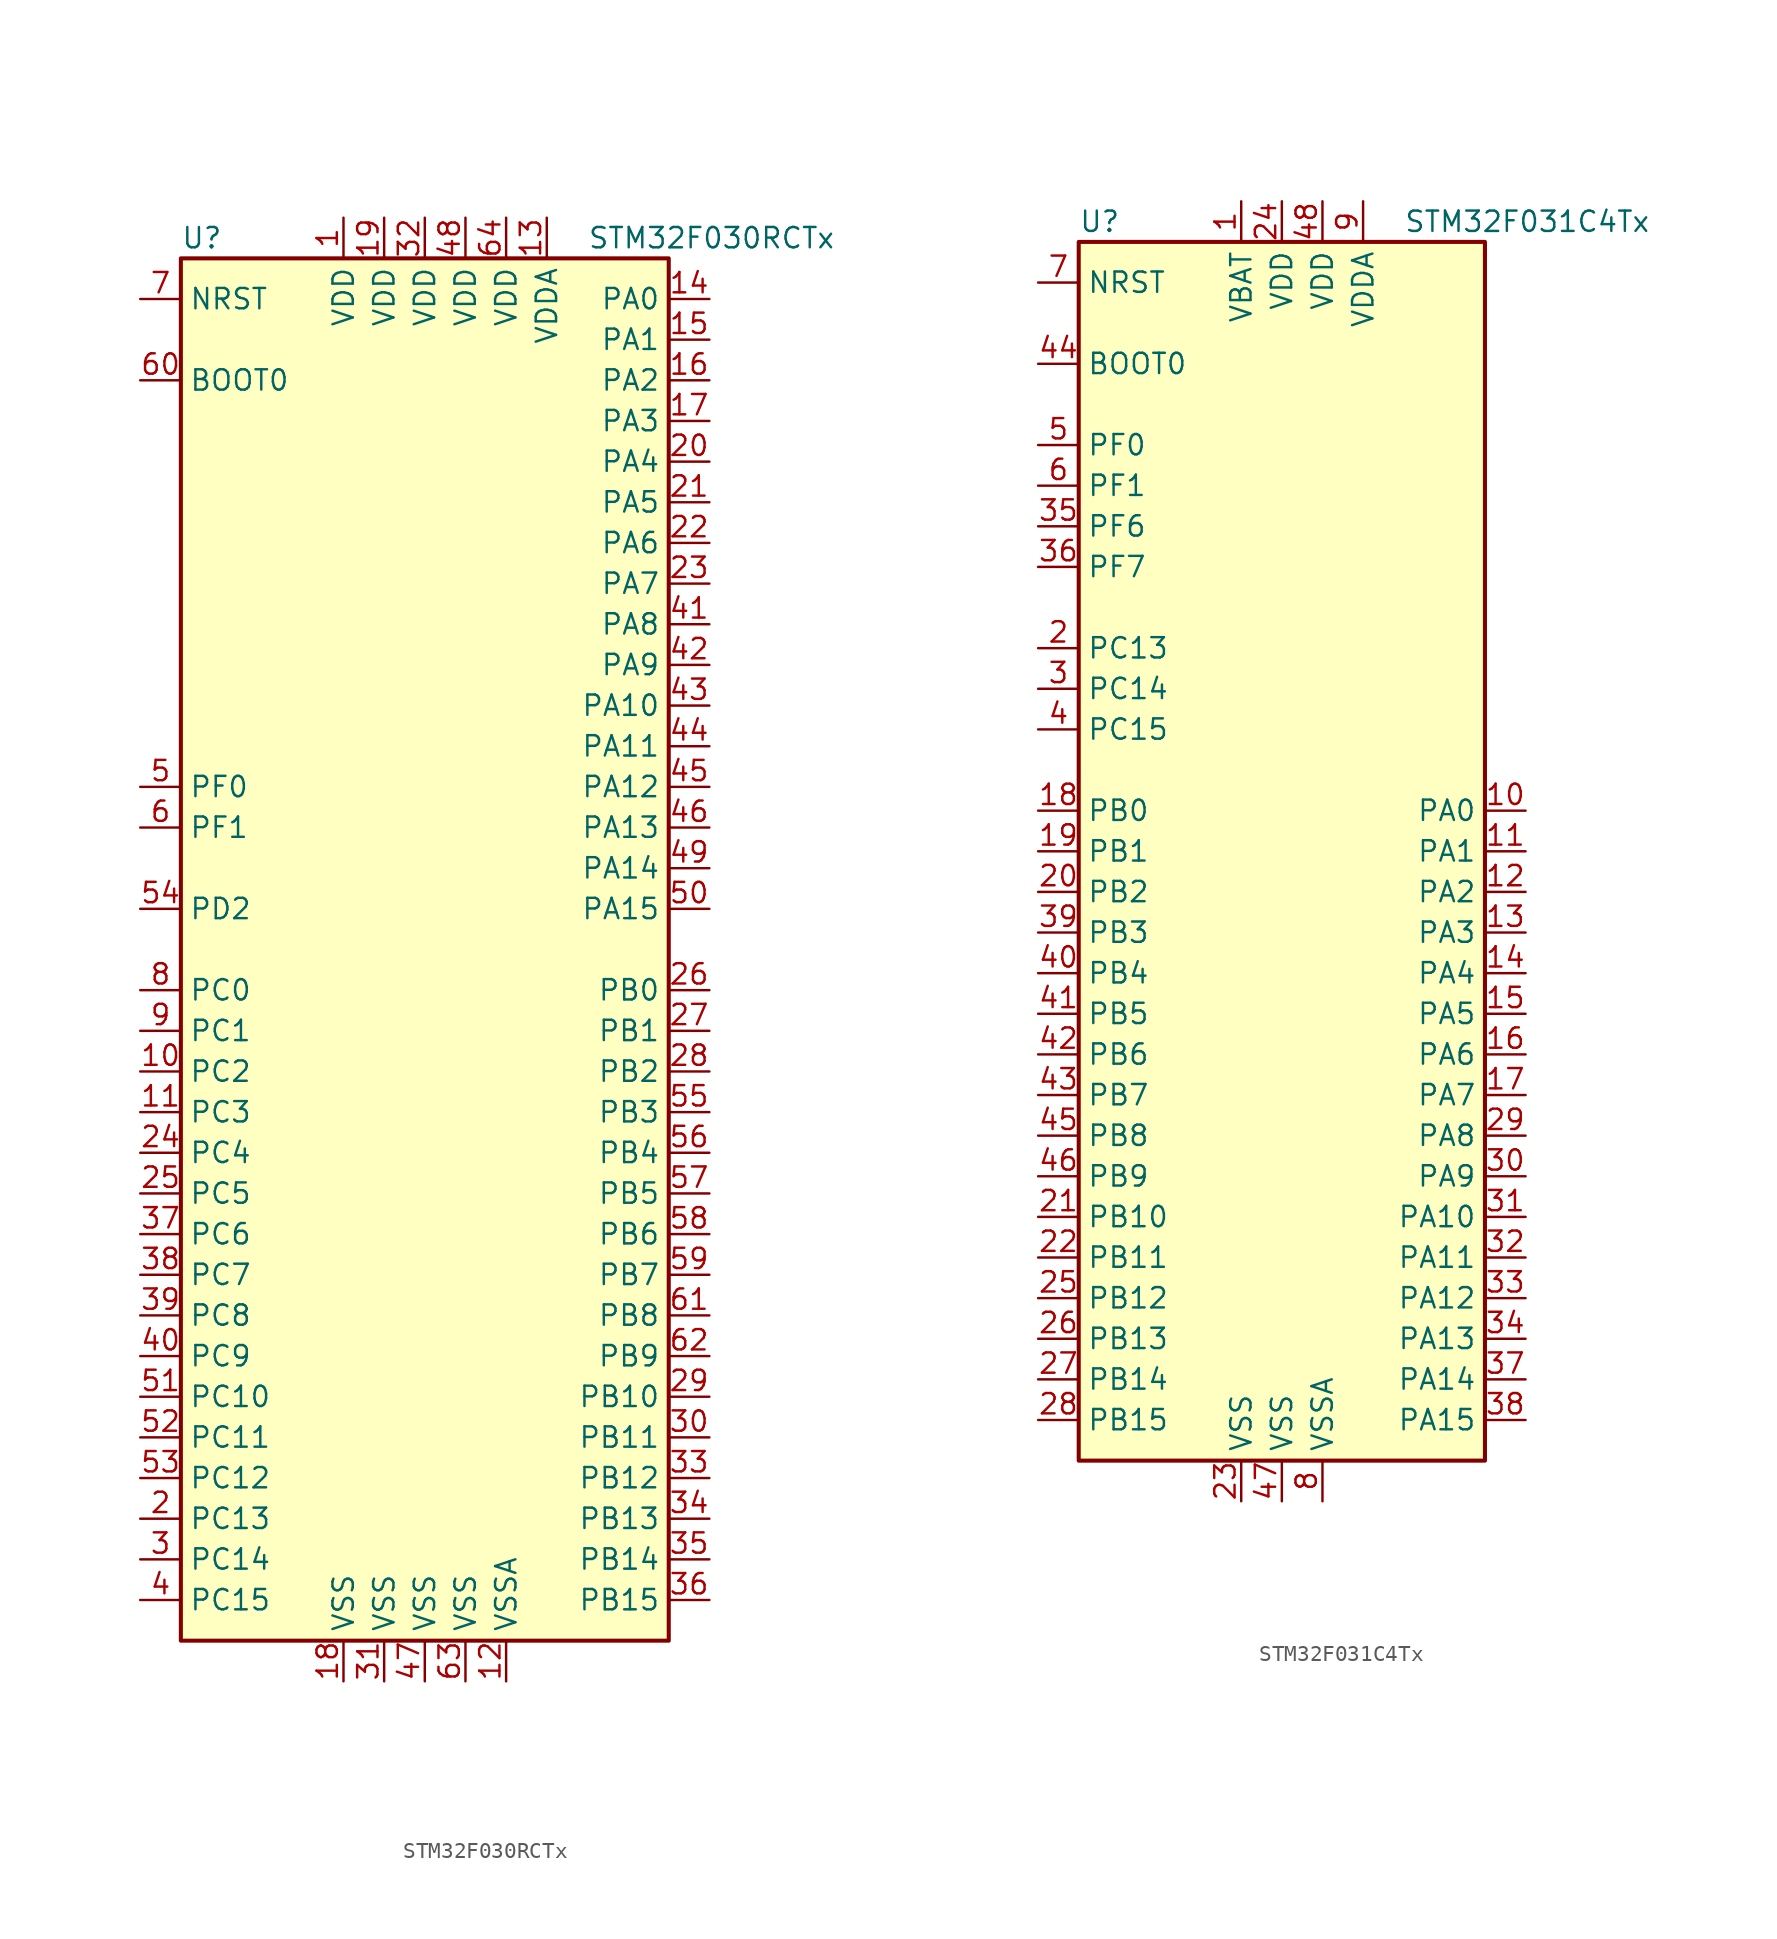
<source format=kicad_sym>
(kicad_symbol_lib
  (version 20201005)
  (generator kicad_symbol_editor)
  (symbol "STM32F030RCTx"
    (property "Reference" "U"
      (at -15.24 44.45 0)
      (effects (font (size 1.27 1.27)) (justify left)))
    (property "Value" "STM32F030RCTx"
      (at 10.16 44.45 0)
      (effects (font (size 1.27 1.27)) (justify left)))
    (symbol "STM32F030RCTx_0_1"
      (rectangle (start -15.24 -43.18) (end 15.24 43.18) (stroke (width 0.254)) (fill (type background))))
    (symbol "STM32F030RCTx_1_1"
      (pin power_in line (at -5.08 45.72 270) (length 2.54) (name "VDD" (effects (font (size 1.27 1.27)))) (number "1" (effects (font (size 1.27 1.27)))))
      (pin bidirectional line (at -17.78 -7.62 0) (length 2.54) (name "PC2" (effects (font (size 1.27 1.27)))) (number "10" (effects (font (size 1.27 1.27)))))
      (pin bidirectional line (at -17.78 -10.16 0) (length 2.54) (name "PC3" (effects (font (size 1.27 1.27)))) (number "11" (effects (font (size 1.27 1.27)))))
      (pin power_in line (at 5.08 -45.72 90) (length 2.54) (name "VSSA" (effects (font (size 1.27 1.27)))) (number "12" (effects (font (size 1.27 1.27)))))
      (pin power_in line (at 7.62 45.72 270) (length 2.54) (name "VDDA" (effects (font (size 1.27 1.27)))) (number "13" (effects (font (size 1.27 1.27)))))
      (pin bidirectional line (at 17.78 40.64 180) (length 2.54) (name "PA0" (effects (font (size 1.27 1.27)))) (number "14" (effects (font (size 1.27 1.27)))))
      (pin bidirectional line (at 17.78 38.1 180) (length 2.54) (name "PA1" (effects (font (size 1.27 1.27)))) (number "15" (effects (font (size 1.27 1.27)))))
      (pin bidirectional line (at 17.78 35.56 180) (length 2.54) (name "PA2" (effects (font (size 1.27 1.27)))) (number "16" (effects (font (size 1.27 1.27)))))
      (pin bidirectional line (at 17.78 33.02 180) (length 2.54) (name "PA3" (effects (font (size 1.27 1.27)))) (number "17" (effects (font (size 1.27 1.27)))))
      (pin power_in line (at -5.08 -45.72 90) (length 2.54) (name "VSS" (effects (font (size 1.27 1.27)))) (number "18" (effects (font (size 1.27 1.27)))))
      (pin power_in line (at -2.54 45.72 270) (length 2.54) (name "VDD" (effects (font (size 1.27 1.27)))) (number "19" (effects (font (size 1.27 1.27)))))
      (pin bidirectional line (at -17.78 -35.56 0) (length 2.54) (name "PC13" (effects (font (size 1.27 1.27)))) (number "2" (effects (font (size 1.27 1.27)))))
      (pin bidirectional line (at 17.78 30.48 180) (length 2.54) (name "PA4" (effects (font (size 1.27 1.27)))) (number "20" (effects (font (size 1.27 1.27)))))
      (pin bidirectional line (at 17.78 27.94 180) (length 2.54) (name "PA5" (effects (font (size 1.27 1.27)))) (number "21" (effects (font (size 1.27 1.27)))))
      (pin bidirectional line (at 17.78 25.4 180) (length 2.54) (name "PA6" (effects (font (size 1.27 1.27)))) (number "22" (effects (font (size 1.27 1.27)))))
      (pin bidirectional line (at 17.78 22.86 180) (length 2.54) (name "PA7" (effects (font (size 1.27 1.27)))) (number "23" (effects (font (size 1.27 1.27)))))
      (pin bidirectional line (at -17.78 -12.7 0) (length 2.54) (name "PC4" (effects (font (size 1.27 1.27)))) (number "24" (effects (font (size 1.27 1.27)))))
      (pin bidirectional line (at -17.78 -15.24 0) (length 2.54) (name "PC5" (effects (font (size 1.27 1.27)))) (number "25" (effects (font (size 1.27 1.27)))))
      (pin bidirectional line (at 17.78 -2.54 180) (length 2.54) (name "PB0" (effects (font (size 1.27 1.27)))) (number "26" (effects (font (size 1.27 1.27)))))
      (pin bidirectional line (at 17.78 -5.08 180) (length 2.54) (name "PB1" (effects (font (size 1.27 1.27)))) (number "27" (effects (font (size 1.27 1.27)))))
      (pin bidirectional line (at 17.78 -7.62 180) (length 2.54) (name "PB2" (effects (font (size 1.27 1.27)))) (number "28" (effects (font (size 1.27 1.27)))))
      (pin bidirectional line (at 17.78 -27.94 180) (length 2.54) (name "PB10" (effects (font (size 1.27 1.27)))) (number "29" (effects (font (size 1.27 1.27)))))
      (pin bidirectional line (at -17.78 -38.1 0) (length 2.54) (name "PC14" (effects (font (size 1.27 1.27)))) (number "3" (effects (font (size 1.27 1.27)))))
      (pin bidirectional line (at 17.78 -30.48 180) (length 2.54) (name "PB11" (effects (font (size 1.27 1.27)))) (number "30" (effects (font (size 1.27 1.27)))))
      (pin power_in line (at -2.54 -45.72 90) (length 2.54) (name "VSS" (effects (font (size 1.27 1.27)))) (number "31" (effects (font (size 1.27 1.27)))))
      (pin power_in line (at 0 45.72 270) (length 2.54) (name "VDD" (effects (font (size 1.27 1.27)))) (number "32" (effects (font (size 1.27 1.27)))))
      (pin bidirectional line (at 17.78 -33.02 180) (length 2.54) (name "PB12" (effects (font (size 1.27 1.27)))) (number "33" (effects (font (size 1.27 1.27)))))
      (pin bidirectional line (at 17.78 -35.56 180) (length 2.54) (name "PB13" (effects (font (size 1.27 1.27)))) (number "34" (effects (font (size 1.27 1.27)))))
      (pin bidirectional line (at 17.78 -38.1 180) (length 2.54) (name "PB14" (effects (font (size 1.27 1.27)))) (number "35" (effects (font (size 1.27 1.27)))))
      (pin bidirectional line (at 17.78 -40.64 180) (length 2.54) (name "PB15" (effects (font (size 1.27 1.27)))) (number "36" (effects (font (size 1.27 1.27)))))
      (pin bidirectional line (at -17.78 -17.78 0) (length 2.54) (name "PC6" (effects (font (size 1.27 1.27)))) (number "37" (effects (font (size 1.27 1.27)))))
      (pin bidirectional line (at -17.78 -20.32 0) (length 2.54) (name "PC7" (effects (font (size 1.27 1.27)))) (number "38" (effects (font (size 1.27 1.27)))))
      (pin bidirectional line (at -17.78 -22.86 0) (length 2.54) (name "PC8" (effects (font (size 1.27 1.27)))) (number "39" (effects (font (size 1.27 1.27)))))
      (pin bidirectional line (at -17.78 -40.64 0) (length 2.54) (name "PC15" (effects (font (size 1.27 1.27)))) (number "4" (effects (font (size 1.27 1.27)))))
      (pin bidirectional line (at -17.78 -25.4 0) (length 2.54) (name "PC9" (effects (font (size 1.27 1.27)))) (number "40" (effects (font (size 1.27 1.27)))))
      (pin bidirectional line (at 17.78 20.32 180) (length 2.54) (name "PA8" (effects (font (size 1.27 1.27)))) (number "41" (effects (font (size 1.27 1.27)))))
      (pin bidirectional line (at 17.78 17.78 180) (length 2.54) (name "PA9" (effects (font (size 1.27 1.27)))) (number "42" (effects (font (size 1.27 1.27)))))
      (pin bidirectional line (at 17.78 15.24 180) (length 2.54) (name "PA10" (effects (font (size 1.27 1.27)))) (number "43" (effects (font (size 1.27 1.27)))))
      (pin bidirectional line (at 17.78 12.7 180) (length 2.54) (name "PA11" (effects (font (size 1.27 1.27)))) (number "44" (effects (font (size 1.27 1.27)))))
      (pin bidirectional line (at 17.78 10.16 180) (length 2.54) (name "PA12" (effects (font (size 1.27 1.27)))) (number "45" (effects (font (size 1.27 1.27)))))
      (pin bidirectional line (at 17.78 7.62 180) (length 2.54) (name "PA13" (effects (font (size 1.27 1.27)))) (number "46" (effects (font (size 1.27 1.27)))))
      (pin power_in line (at 0 -45.72 90) (length 2.54) (name "VSS" (effects (font (size 1.27 1.27)))) (number "47" (effects (font (size 1.27 1.27)))))
      (pin power_in line (at 2.54 45.72 270) (length 2.54) (name "VDD" (effects (font (size 1.27 1.27)))) (number "48" (effects (font (size 1.27 1.27)))))
      (pin bidirectional line (at 17.78 5.08 180) (length 2.54) (name "PA14" (effects (font (size 1.27 1.27)))) (number "49" (effects (font (size 1.27 1.27)))))
      (pin input line (at -17.78 10.16 0) (length 2.54) (name "PF0" (effects (font (size 1.27 1.27)))) (number "5" (effects (font (size 1.27 1.27)))))
      (pin bidirectional line (at 17.78 2.54 180) (length 2.54) (name "PA15" (effects (font (size 1.27 1.27)))) (number "50" (effects (font (size 1.27 1.27)))))
      (pin bidirectional line (at -17.78 -27.94 0) (length 2.54) (name "PC10" (effects (font (size 1.27 1.27)))) (number "51" (effects (font (size 1.27 1.27)))))
      (pin bidirectional line (at -17.78 -30.48 0) (length 2.54) (name "PC11" (effects (font (size 1.27 1.27)))) (number "52" (effects (font (size 1.27 1.27)))))
      (pin bidirectional line (at -17.78 -33.02 0) (length 2.54) (name "PC12" (effects (font (size 1.27 1.27)))) (number "53" (effects (font (size 1.27 1.27)))))
      (pin bidirectional line (at -17.78 2.54 0) (length 2.54) (name "PD2" (effects (font (size 1.27 1.27)))) (number "54" (effects (font (size 1.27 1.27)))))
      (pin bidirectional line (at 17.78 -10.16 180) (length 2.54) (name "PB3" (effects (font (size 1.27 1.27)))) (number "55" (effects (font (size 1.27 1.27)))))
      (pin bidirectional line (at 17.78 -12.7 180) (length 2.54) (name "PB4" (effects (font (size 1.27 1.27)))) (number "56" (effects (font (size 1.27 1.27)))))
      (pin bidirectional line (at 17.78 -15.24 180) (length 2.54) (name "PB5" (effects (font (size 1.27 1.27)))) (number "57" (effects (font (size 1.27 1.27)))))
      (pin bidirectional line (at 17.78 -17.78 180) (length 2.54) (name "PB6" (effects (font (size 1.27 1.27)))) (number "58" (effects (font (size 1.27 1.27)))))
      (pin bidirectional line (at 17.78 -20.32 180) (length 2.54) (name "PB7" (effects (font (size 1.27 1.27)))) (number "59" (effects (font (size 1.27 1.27)))))
      (pin input line (at -17.78 7.62 0) (length 2.54) (name "PF1" (effects (font (size 1.27 1.27)))) (number "6" (effects (font (size 1.27 1.27)))))
      (pin input line (at -17.78 35.56 0) (length 2.54) (name "BOOT0" (effects (font (size 1.27 1.27)))) (number "60" (effects (font (size 1.27 1.27)))))
      (pin bidirectional line (at 17.78 -22.86 180) (length 2.54) (name "PB8" (effects (font (size 1.27 1.27)))) (number "61" (effects (font (size 1.27 1.27)))))
      (pin bidirectional line (at 17.78 -25.4 180) (length 2.54) (name "PB9" (effects (font (size 1.27 1.27)))) (number "62" (effects (font (size 1.27 1.27)))))
      (pin power_in line (at 2.54 -45.72 90) (length 2.54) (name "VSS" (effects (font (size 1.27 1.27)))) (number "63" (effects (font (size 1.27 1.27)))))
      (pin power_in line (at 5.08 45.72 270) (length 2.54) (name "VDD" (effects (font (size 1.27 1.27)))) (number "64" (effects (font (size 1.27 1.27)))))
      (pin input line (at -17.78 40.64 0) (length 2.54) (name "NRST" (effects (font (size 1.27 1.27)))) (number "7" (effects (font (size 1.27 1.27)))))
      (pin bidirectional line (at -17.78 -2.54 0) (length 2.54) (name "PC0" (effects (font (size 1.27 1.27)))) (number "8" (effects (font (size 1.27 1.27)))))
      (pin bidirectional line (at -17.78 -5.08 0) (length 2.54) (name "PC1" (effects (font (size 1.27 1.27)))) (number "9" (effects (font (size 1.27 1.27)))))))
  (symbol "STM32F031C4Tx"
    (property "Reference" "U"
      (at -12.7 39.37 0)
      (effects (font (size 1.27 1.27)) (justify left)))
    (property "Value" "STM32F031C4Tx"
      (at 7.62 39.37 0)
      (effects (font (size 1.27 1.27)) (justify left)))
    (symbol "STM32F031C4Tx_0_1"
      (rectangle (start -12.7 -38.1) (end 12.7 38.1) (stroke (width 0.254)) (fill (type background))))
    (symbol "STM32F031C4Tx_1_1"
      (pin power_in line (at -2.54 40.64 270) (length 2.54) (name "VBAT" (effects (font (size 1.27 1.27)))) (number "1" (effects (font (size 1.27 1.27)))))
      (pin bidirectional line (at 15.24 2.54 180) (length 2.54) (name "PA0" (effects (font (size 1.27 1.27)))) (number "10" (effects (font (size 1.27 1.27)))))
      (pin bidirectional line (at 15.24 0 180) (length 2.54) (name "PA1" (effects (font (size 1.27 1.27)))) (number "11" (effects (font (size 1.27 1.27)))))
      (pin bidirectional line (at 15.24 -2.54 180) (length 2.54) (name "PA2" (effects (font (size 1.27 1.27)))) (number "12" (effects (font (size 1.27 1.27)))))
      (pin bidirectional line (at 15.24 -5.08 180) (length 2.54) (name "PA3" (effects (font (size 1.27 1.27)))) (number "13" (effects (font (size 1.27 1.27)))))
      (pin bidirectional line (at 15.24 -7.62 180) (length 2.54) (name "PA4" (effects (font (size 1.27 1.27)))) (number "14" (effects (font (size 1.27 1.27)))))
      (pin bidirectional line (at 15.24 -10.16 180) (length 2.54) (name "PA5" (effects (font (size 1.27 1.27)))) (number "15" (effects (font (size 1.27 1.27)))))
      (pin bidirectional line (at 15.24 -12.7 180) (length 2.54) (name "PA6" (effects (font (size 1.27 1.27)))) (number "16" (effects (font (size 1.27 1.27)))))
      (pin bidirectional line (at 15.24 -15.24 180) (length 2.54) (name "PA7" (effects (font (size 1.27 1.27)))) (number "17" (effects (font (size 1.27 1.27)))))
      (pin bidirectional line (at -15.24 2.54 0) (length 2.54) (name "PB0" (effects (font (size 1.27 1.27)))) (number "18" (effects (font (size 1.27 1.27)))))
      (pin bidirectional line (at -15.24 0 0) (length 2.54) (name "PB1" (effects (font (size 1.27 1.27)))) (number "19" (effects (font (size 1.27 1.27)))))
      (pin bidirectional line (at -15.24 12.7 0) (length 2.54) (name "PC13" (effects (font (size 1.27 1.27)))) (number "2" (effects (font (size 1.27 1.27)))))
      (pin bidirectional line (at -15.24 -2.54 0) (length 2.54) (name "PB2" (effects (font (size 1.27 1.27)))) (number "20" (effects (font (size 1.27 1.27)))))
      (pin bidirectional line (at -15.24 -22.86 0) (length 2.54) (name "PB10" (effects (font (size 1.27 1.27)))) (number "21" (effects (font (size 1.27 1.27)))))
      (pin bidirectional line (at -15.24 -25.4 0) (length 2.54) (name "PB11" (effects (font (size 1.27 1.27)))) (number "22" (effects (font (size 1.27 1.27)))))
      (pin power_in line (at -2.54 -40.64 90) (length 2.54) (name "VSS" (effects (font (size 1.27 1.27)))) (number "23" (effects (font (size 1.27 1.27)))))
      (pin power_in line (at 0 40.64 270) (length 2.54) (name "VDD" (effects (font (size 1.27 1.27)))) (number "24" (effects (font (size 1.27 1.27)))))
      (pin bidirectional line (at -15.24 -27.94 0) (length 2.54) (name "PB12" (effects (font (size 1.27 1.27)))) (number "25" (effects (font (size 1.27 1.27)))))
      (pin bidirectional line (at -15.24 -30.48 0) (length 2.54) (name "PB13" (effects (font (size 1.27 1.27)))) (number "26" (effects (font (size 1.27 1.27)))))
      (pin bidirectional line (at -15.24 -33.02 0) (length 2.54) (name "PB14" (effects (font (size 1.27 1.27)))) (number "27" (effects (font (size 1.27 1.27)))))
      (pin bidirectional line (at -15.24 -35.56 0) (length 2.54) (name "PB15" (effects (font (size 1.27 1.27)))) (number "28" (effects (font (size 1.27 1.27)))))
      (pin bidirectional line (at 15.24 -17.78 180) (length 2.54) (name "PA8" (effects (font (size 1.27 1.27)))) (number "29" (effects (font (size 1.27 1.27)))))
      (pin bidirectional line (at -15.24 10.16 0) (length 2.54) (name "PC14" (effects (font (size 1.27 1.27)))) (number "3" (effects (font (size 1.27 1.27)))))
      (pin bidirectional line (at 15.24 -20.32 180) (length 2.54) (name "PA9" (effects (font (size 1.27 1.27)))) (number "30" (effects (font (size 1.27 1.27)))))
      (pin bidirectional line (at 15.24 -22.86 180) (length 2.54) (name "PA10" (effects (font (size 1.27 1.27)))) (number "31" (effects (font (size 1.27 1.27)))))
      (pin bidirectional line (at 15.24 -25.4 180) (length 2.54) (name "PA11" (effects (font (size 1.27 1.27)))) (number "32" (effects (font (size 1.27 1.27)))))
      (pin bidirectional line (at 15.24 -27.94 180) (length 2.54) (name "PA12" (effects (font (size 1.27 1.27)))) (number "33" (effects (font (size 1.27 1.27)))))
      (pin bidirectional line (at 15.24 -30.48 180) (length 2.54) (name "PA13" (effects (font (size 1.27 1.27)))) (number "34" (effects (font (size 1.27 1.27)))))
      (pin bidirectional line (at -15.24 20.32 0) (length 2.54) (name "PF6" (effects (font (size 1.27 1.27)))) (number "35" (effects (font (size 1.27 1.27)))))
      (pin bidirectional line (at -15.24 17.78 0) (length 2.54) (name "PF7" (effects (font (size 1.27 1.27)))) (number "36" (effects (font (size 1.27 1.27)))))
      (pin bidirectional line (at 15.24 -33.02 180) (length 2.54) (name "PA14" (effects (font (size 1.27 1.27)))) (number "37" (effects (font (size 1.27 1.27)))))
      (pin bidirectional line (at 15.24 -35.56 180) (length 2.54) (name "PA15" (effects (font (size 1.27 1.27)))) (number "38" (effects (font (size 1.27 1.27)))))
      (pin bidirectional line (at -15.24 -5.08 0) (length 2.54) (name "PB3" (effects (font (size 1.27 1.27)))) (number "39" (effects (font (size 1.27 1.27)))))
      (pin bidirectional line (at -15.24 7.62 0) (length 2.54) (name "PC15" (effects (font (size 1.27 1.27)))) (number "4" (effects (font (size 1.27 1.27)))))
      (pin bidirectional line (at -15.24 -7.62 0) (length 2.54) (name "PB4" (effects (font (size 1.27 1.27)))) (number "40" (effects (font (size 1.27 1.27)))))
      (pin bidirectional line (at -15.24 -10.16 0) (length 2.54) (name "PB5" (effects (font (size 1.27 1.27)))) (number "41" (effects (font (size 1.27 1.27)))))
      (pin bidirectional line (at -15.24 -12.7 0) (length 2.54) (name "PB6" (effects (font (size 1.27 1.27)))) (number "42" (effects (font (size 1.27 1.27)))))
      (pin bidirectional line (at -15.24 -15.24 0) (length 2.54) (name "PB7" (effects (font (size 1.27 1.27)))) (number "43" (effects (font (size 1.27 1.27)))))
      (pin input line (at -15.24 30.48 0) (length 2.54) (name "BOOT0" (effects (font (size 1.27 1.27)))) (number "44" (effects (font (size 1.27 1.27)))))
      (pin bidirectional line (at -15.24 -17.78 0) (length 2.54) (name "PB8" (effects (font (size 1.27 1.27)))) (number "45" (effects (font (size 1.27 1.27)))))
      (pin bidirectional line (at -15.24 -20.32 0) (length 2.54) (name "PB9" (effects (font (size 1.27 1.27)))) (number "46" (effects (font (size 1.27 1.27)))))
      (pin power_in line (at 0 -40.64 90) (length 2.54) (name "VSS" (effects (font (size 1.27 1.27)))) (number "47" (effects (font (size 1.27 1.27)))))
      (pin power_in line (at 2.54 40.64 270) (length 2.54) (name "VDD" (effects (font (size 1.27 1.27)))) (number "48" (effects (font (size 1.27 1.27)))))
      (pin input line (at -15.24 25.4 0) (length 2.54) (name "PF0" (effects (font (size 1.27 1.27)))) (number "5" (effects (font (size 1.27 1.27)))))
      (pin input line (at -15.24 22.86 0) (length 2.54) (name "PF1" (effects (font (size 1.27 1.27)))) (number "6" (effects (font (size 1.27 1.27)))))
      (pin input line (at -15.24 35.56 0) (length 2.54) (name "NRST" (effects (font (size 1.27 1.27)))) (number "7" (effects (font (size 1.27 1.27)))))
      (pin power_in line (at 2.54 -40.64 90) (length 2.54) (name "VSSA" (effects (font (size 1.27 1.27)))) (number "8" (effects (font (size 1.27 1.27)))))
      (pin power_in line (at 5.08 40.64 270) (length 2.54) (name "VDDA" (effects (font (size 1.27 1.27)))) (number "9" (effects (font (size 1.27 1.27))))))))
</source>
